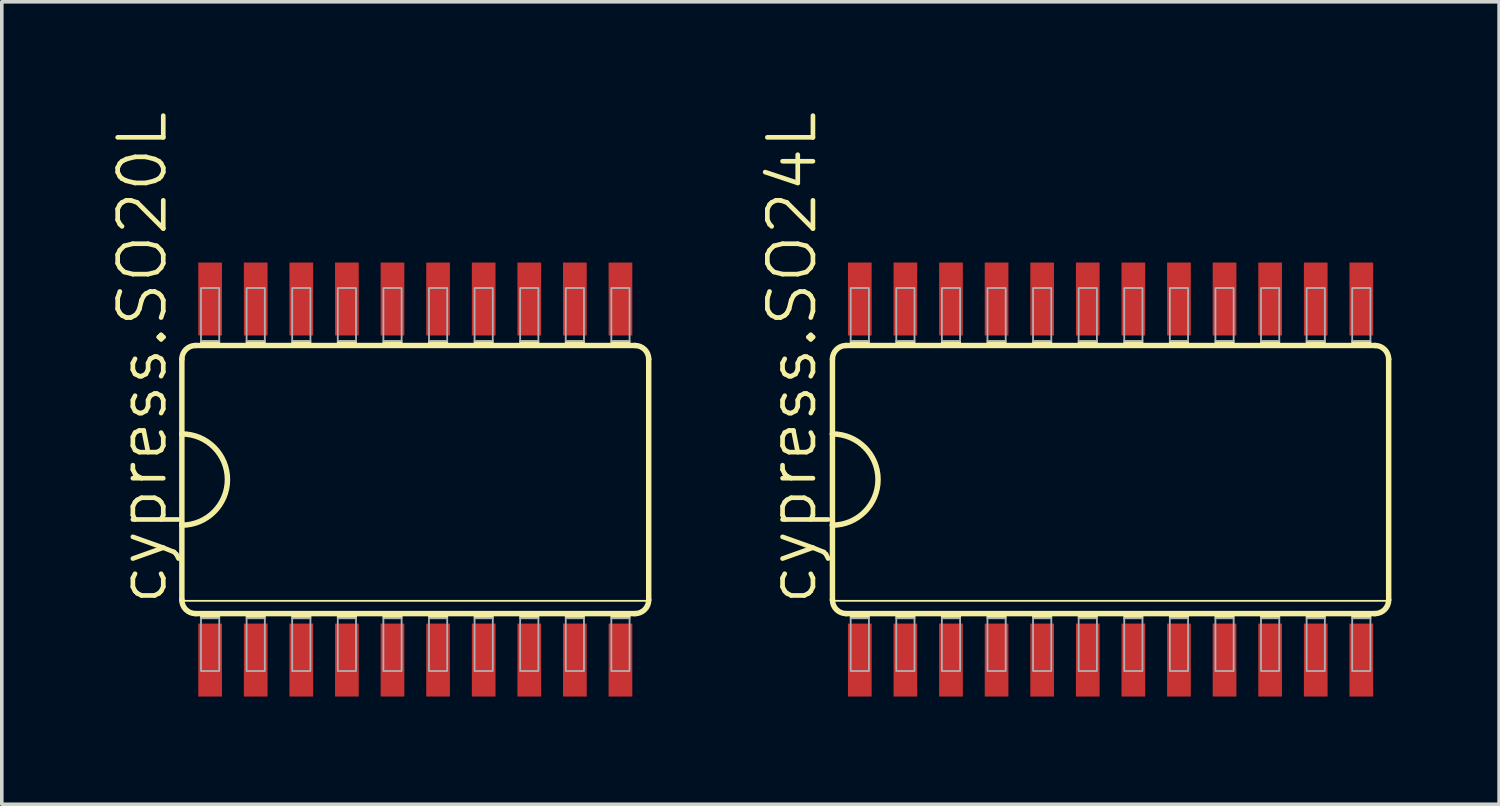
<source format=kicad_pcb>
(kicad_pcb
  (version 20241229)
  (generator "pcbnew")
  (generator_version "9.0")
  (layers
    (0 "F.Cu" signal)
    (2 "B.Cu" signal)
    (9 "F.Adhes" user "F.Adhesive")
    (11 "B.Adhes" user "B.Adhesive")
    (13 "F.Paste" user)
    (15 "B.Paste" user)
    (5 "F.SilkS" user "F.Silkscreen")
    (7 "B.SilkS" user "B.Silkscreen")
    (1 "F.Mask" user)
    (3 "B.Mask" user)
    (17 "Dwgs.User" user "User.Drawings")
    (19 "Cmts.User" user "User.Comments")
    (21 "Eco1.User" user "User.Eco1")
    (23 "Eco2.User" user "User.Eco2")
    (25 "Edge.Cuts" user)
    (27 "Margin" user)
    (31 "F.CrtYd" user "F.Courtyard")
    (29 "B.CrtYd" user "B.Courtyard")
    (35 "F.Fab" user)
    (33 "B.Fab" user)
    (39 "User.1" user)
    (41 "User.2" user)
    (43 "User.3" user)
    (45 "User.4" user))
  (footprint "cypress.SO24L"
    (layer "F.Cu")
    (at 27.885 10.308)
    (property "Reference" "cypress.SO24L" (at -8.128 3.556 90) (layer "F.SilkS") (effects (font (size 1.27 1.27) (thickness 0.13)) (justify left bottom)))
    (attr smd)
    (fp_line (start -7.747 -3.353) (end -7.747 -1.27) (stroke (width 0.152) (type default)) (layer "F.SilkS"))
    (fp_line (start -7.747 -1.27) (end -7.747 1.27) (stroke (width 0.152) (type default)) (layer "F.SilkS"))
    (fp_line (start -7.747 1.27) (end -7.747 3.353) (stroke (width 0.152) (type default)) (layer "F.SilkS"))
    (fp_line (start -7.747 3.378) (end 7.747 3.378) (stroke (width 0.051) (type default)) (layer "F.SilkS"))
    (fp_line (start -7.366 3.734) (end 7.366 3.734) (stroke (width 0.152) (type default)) (layer "F.SilkS"))
    (fp_line (start 7.366 -3.734) (end -7.366 -3.734) (stroke (width 0.152) (type default)) (layer "F.SilkS"))
    (fp_line (start 7.747 3.353) (end 7.747 -3.353) (stroke (width 0.152) (type default)) (layer "F.SilkS"))
    (fp_rect (start -7.239 -3.734) (end -6.731 -3.861) (stroke (width 0.05) (type default)) (fill yes) (layer "F.SilkS"))
    (fp_rect (start -7.239 3.861) (end -6.731 3.734) (stroke (width 0.05) (type default)) (fill yes) (layer "F.SilkS"))
    (fp_rect (start -5.969 -3.734) (end -5.461 -3.861) (stroke (width 0.05) (type default)) (fill yes) (layer "F.SilkS"))
    (fp_rect (start -5.969 3.861) (end -5.461 3.734) (stroke (width 0.05) (type default)) (fill yes) (layer "F.SilkS"))
    (fp_rect (start -4.699 -3.734) (end -4.191 -3.861) (stroke (width 0.05) (type default)) (fill yes) (layer "F.SilkS"))
    (fp_rect (start -4.699 3.861) (end -4.191 3.734) (stroke (width 0.05) (type default)) (fill yes) (layer "F.SilkS"))
    (fp_rect (start -3.429 -3.734) (end -2.921 -3.861) (stroke (width 0.05) (type default)) (fill yes) (layer "F.SilkS"))
    (fp_rect (start -3.429 3.861) (end -2.921 3.734) (stroke (width 0.05) (type default)) (fill yes) (layer "F.SilkS"))
    (fp_rect (start -2.159 -3.734) (end -1.651 -3.861) (stroke (width 0.05) (type default)) (fill yes) (layer "F.SilkS"))
    (fp_rect (start -2.159 3.861) (end -1.651 3.734) (stroke (width 0.05) (type default)) (fill yes) (layer "F.SilkS"))
    (fp_rect (start -0.889 -3.734) (end -0.381 -3.861) (stroke (width 0.05) (type default)) (fill yes) (layer "F.SilkS"))
    (fp_rect (start -0.889 3.861) (end -0.381 3.734) (stroke (width 0.05) (type default)) (fill yes) (layer "F.SilkS"))
    (fp_rect (start 0.381 -3.734) (end 0.889 -3.861) (stroke (width 0.05) (type default)) (fill yes) (layer "F.SilkS"))
    (fp_rect (start 0.381 3.861) (end 0.889 3.734) (stroke (width 0.05) (type default)) (fill yes) (layer "F.SilkS"))
    (fp_rect (start 1.651 -3.734) (end 2.159 -3.861) (stroke (width 0.05) (type default)) (fill yes) (layer "F.SilkS"))
    (fp_rect (start 1.651 3.861) (end 2.159 3.734) (stroke (width 0.05) (type default)) (fill yes) (layer "F.SilkS"))
    (fp_rect (start 2.921 -3.734) (end 3.429 -3.861) (stroke (width 0.05) (type default)) (fill yes) (layer "F.SilkS"))
    (fp_rect (start 2.921 3.861) (end 3.429 3.734) (stroke (width 0.05) (type default)) (fill yes) (layer "F.SilkS"))
    (fp_rect (start 4.191 -3.734) (end 4.699 -3.861) (stroke (width 0.05) (type default)) (fill yes) (layer "F.SilkS"))
    (fp_rect (start 4.191 3.861) (end 4.699 3.734) (stroke (width 0.05) (type default)) (fill yes) (layer "F.SilkS"))
    (fp_rect (start 5.461 -3.734) (end 5.969 -3.861) (stroke (width 0.05) (type default)) (fill yes) (layer "F.SilkS"))
    (fp_rect (start 5.461 3.861) (end 5.969 3.734) (stroke (width 0.05) (type default)) (fill yes) (layer "F.SilkS"))
    (fp_rect (start 6.731 -3.734) (end 7.239 -3.861) (stroke (width 0.05) (type default)) (fill yes) (layer "F.SilkS"))
    (fp_rect (start 6.731 3.861) (end 7.239 3.734) (stroke (width 0.05) (type default)) (fill yes) (layer "F.SilkS"))
    (fp_arc (start -7.747 -3.3528) (mid -7.635408 -3.622208) (end -7.366 -3.7338) (stroke (width 0.1524) (type default)) (layer "F.SilkS"))
    (fp_arc (start -7.747 -1.27) (mid -6.477 0) (end -7.747 1.27) (stroke (width 0.1524) (type default)) (layer "F.SilkS"))
    (fp_arc (start -7.366 3.7338) (mid -7.635408 3.622208) (end -7.747 3.3528) (stroke (width 0.1524) (type default)) (layer "F.SilkS"))
    (fp_arc (start 7.366 -3.7338) (mid 7.635408 -3.622208) (end 7.747 -3.3528) (stroke (width 0.1524) (type default)) (layer "F.SilkS"))
    (fp_arc (start 7.747 3.3528) (mid 7.635408 3.622208) (end 7.366 3.7338) (stroke (width 0.1524) (type default)) (layer "F.SilkS"))
    (fp_rect (start -7.239 -3.861) (end -6.731 -5.334) (stroke (width 0.05) (type default)) (fill no) (layer "F.Fab"))
    (fp_rect (start -7.239 5.334) (end -6.731 3.861) (stroke (width 0.05) (type default)) (fill no) (layer "F.Fab"))
    (fp_rect (start -5.969 -3.861) (end -5.461 -5.334) (stroke (width 0.05) (type default)) (fill no) (layer "F.Fab"))
    (fp_rect (start -5.969 5.334) (end -5.461 3.861) (stroke (width 0.05) (type default)) (fill no) (layer "F.Fab"))
    (fp_rect (start -4.699 -3.861) (end -4.191 -5.334) (stroke (width 0.05) (type default)) (fill no) (layer "F.Fab"))
    (fp_rect (start -4.699 5.334) (end -4.191 3.861) (stroke (width 0.05) (type default)) (fill no) (layer "F.Fab"))
    (fp_rect (start -3.429 -3.861) (end -2.921 -5.334) (stroke (width 0.05) (type default)) (fill no) (layer "F.Fab"))
    (fp_rect (start -3.429 5.334) (end -2.921 3.861) (stroke (width 0.05) (type default)) (fill no) (layer "F.Fab"))
    (fp_rect (start -2.159 -3.861) (end -1.651 -5.334) (stroke (width 0.05) (type default)) (fill no) (layer "F.Fab"))
    (fp_rect (start -2.159 5.334) (end -1.651 3.861) (stroke (width 0.05) (type default)) (fill no) (layer "F.Fab"))
    (fp_rect (start -0.889 -3.861) (end -0.381 -5.334) (stroke (width 0.05) (type default)) (fill no) (layer "F.Fab"))
    (fp_rect (start -0.889 5.334) (end -0.381 3.861) (stroke (width 0.05) (type default)) (fill no) (layer "F.Fab"))
    (fp_rect (start 0.381 -3.861) (end 0.889 -5.334) (stroke (width 0.05) (type default)) (fill no) (layer "F.Fab"))
    (fp_rect (start 0.381 5.334) (end 0.889 3.861) (stroke (width 0.05) (type default)) (fill no) (layer "F.Fab"))
    (fp_rect (start 1.651 -3.861) (end 2.159 -5.334) (stroke (width 0.05) (type default)) (fill no) (layer "F.Fab"))
    (fp_rect (start 1.651 5.334) (end 2.159 3.861) (stroke (width 0.05) (type default)) (fill no) (layer "F.Fab"))
    (fp_rect (start 2.921 -3.861) (end 3.429 -5.334) (stroke (width 0.05) (type default)) (fill no) (layer "F.Fab"))
    (fp_rect (start 2.921 5.334) (end 3.429 3.861) (stroke (width 0.05) (type default)) (fill no) (layer "F.Fab"))
    (fp_rect (start 4.191 -3.861) (end 4.699 -5.334) (stroke (width 0.05) (type default)) (fill no) (layer "F.Fab"))
    (fp_rect (start 4.191 5.334) (end 4.699 3.861) (stroke (width 0.05) (type default)) (fill no) (layer "F.Fab"))
    (fp_rect (start 5.461 -3.861) (end 5.969 -5.334) (stroke (width 0.05) (type default)) (fill no) (layer "F.Fab"))
    (fp_rect (start 5.461 5.334) (end 5.969 3.861) (stroke (width 0.05) (type default)) (fill no) (layer "F.Fab"))
    (fp_rect (start 6.731 -3.861) (end 7.239 -5.334) (stroke (width 0.05) (type default)) (fill no) (layer "F.Fab"))
    (fp_rect (start 6.731 5.334) (end 7.239 3.861) (stroke (width 0.05) (type default)) (fill no) (layer "F.Fab"))
    (pad "1" smd roundrect (at -6.985 5.029) (size 0.66 2.032) (layers "F.Cu" "F.Mask" "F.Paste") (roundrect_rratio 0.01))
    (pad "2" smd roundrect (at -5.715 5.029) (size 0.66 2.032) (layers "F.Cu" "F.Mask" "F.Paste") (roundrect_rratio 0.01))
    (pad "3" smd roundrect (at -4.445 5.029) (size 0.66 2.032) (layers "F.Cu" "F.Mask" "F.Paste") (roundrect_rratio 0.01))
    (pad "4" smd roundrect (at -3.175 5.029) (size 0.66 2.032) (layers "F.Cu" "F.Mask" "F.Paste") (roundrect_rratio 0.01))
    (pad "5" smd roundrect (at -1.905 5.029) (size 0.66 2.032) (layers "F.Cu" "F.Mask" "F.Paste") (roundrect_rratio 0.01))
    (pad "6" smd roundrect (at -0.635 5.029) (size 0.66 2.032) (layers "F.Cu" "F.Mask" "F.Paste") (roundrect_rratio 0.01))
    (pad "7" smd roundrect (at 0.635 5.029) (size 0.66 2.032) (layers "F.Cu" "F.Mask" "F.Paste") (roundrect_rratio 0.01))
    (pad "8" smd roundrect (at 1.905 5.029) (size 0.66 2.032) (layers "F.Cu" "F.Mask" "F.Paste") (roundrect_rratio 0.01))
    (pad "9" smd roundrect (at 3.175 5.029) (size 0.66 2.032) (layers "F.Cu" "F.Mask" "F.Paste") (roundrect_rratio 0.01))
    (pad "10" smd roundrect (at 4.445 5.029) (size 0.66 2.032) (layers "F.Cu" "F.Mask" "F.Paste") (roundrect_rratio 0.01))
    (pad "11" smd roundrect (at 5.715 5.029) (size 0.66 2.032) (layers "F.Cu" "F.Mask" "F.Paste") (roundrect_rratio 0.01))
    (pad "12" smd roundrect (at 6.985 5.029) (size 0.66 2.032) (layers "F.Cu" "F.Mask" "F.Paste") (roundrect_rratio 0.01))
    (pad "13" smd roundrect (at 6.985 -5.029) (size 0.66 2.032) (layers "F.Cu" "F.Mask" "F.Paste") (roundrect_rratio 0.01))
    (pad "14" smd roundrect (at 5.715 -5.029) (size 0.66 2.032) (layers "F.Cu" "F.Mask" "F.Paste") (roundrect_rratio 0.01))
    (pad "15" smd roundrect (at 4.445 -5.029) (size 0.66 2.032) (layers "F.Cu" "F.Mask" "F.Paste") (roundrect_rratio 0.01))
    (pad "16" smd roundrect (at 3.175 -5.029) (size 0.66 2.032) (layers "F.Cu" "F.Mask" "F.Paste") (roundrect_rratio 0.01))
    (pad "17" smd roundrect (at 1.905 -5.029) (size 0.66 2.032) (layers "F.Cu" "F.Mask" "F.Paste") (roundrect_rratio 0.01))
    (pad "18" smd roundrect (at 0.635 -5.029) (size 0.66 2.032) (layers "F.Cu" "F.Mask" "F.Paste") (roundrect_rratio 0.01))
    (pad "19" smd roundrect (at -0.635 -5.029) (size 0.66 2.032) (layers "F.Cu" "F.Mask" "F.Paste") (roundrect_rratio 0.01))
    (pad "20" smd roundrect (at -1.905 -5.029) (size 0.66 2.032) (layers "F.Cu" "F.Mask" "F.Paste") (roundrect_rratio 0.01))
    (pad "21" smd roundrect (at -3.175 -5.029) (size 0.66 2.032) (layers "F.Cu" "F.Mask" "F.Paste") (roundrect_rratio 0.01))
    (pad "22" smd roundrect (at -4.445 -5.029) (size 0.66 2.032) (layers "F.Cu" "F.Mask" "F.Paste") (roundrect_rratio 0.01))
    (pad "23" smd roundrect (at -5.715 -5.029) (size 0.66 2.032) (layers "F.Cu" "F.Mask" "F.Paste") (roundrect_rratio 0.01))
    (pad "24" smd roundrect (at -6.985 -5.029) (size 0.66 2.032) (layers "F.Cu" "F.Mask" "F.Paste") (roundrect_rratio 0.01)))
  (footprint "cypress.SO20L"
    (layer "F.Cu")
    (at 8.518 10.308)
    (property "Reference" "cypress.SO20L" (at -6.858 3.556 90) (layer "F.SilkS") (effects (font (size 1.27 1.27) (thickness 0.13)) (justify left bottom)))
    (attr smd)
    (fp_line (start -6.502 -3.353) (end -6.502 -1.27) (stroke (width 0.152) (type default)) (layer "F.SilkS"))
    (fp_line (start -6.502 -1.27) (end -6.502 1.27) (stroke (width 0.152) (type default)) (layer "F.SilkS"))
    (fp_line (start -6.502 1.27) (end -6.502 3.353) (stroke (width 0.152) (type default)) (layer "F.SilkS"))
    (fp_line (start -6.477 3.378) (end 6.477 3.378) (stroke (width 0.051) (type default)) (layer "F.SilkS"))
    (fp_line (start -6.121 3.734) (end 6.121 3.734) (stroke (width 0.152) (type default)) (layer "F.SilkS"))
    (fp_line (start 6.121 -3.734) (end -6.121 -3.734) (stroke (width 0.152) (type default)) (layer "F.SilkS"))
    (fp_line (start 6.502 3.353) (end 6.502 -3.353) (stroke (width 0.152) (type default)) (layer "F.SilkS"))
    (fp_rect (start -5.969 -3.734) (end -5.461 -3.861) (stroke (width 0.05) (type default)) (fill yes) (layer "F.SilkS"))
    (fp_rect (start -5.969 3.861) (end -5.461 3.734) (stroke (width 0.05) (type default)) (fill yes) (layer "F.SilkS"))
    (fp_rect (start -4.699 -3.734) (end -4.191 -3.861) (stroke (width 0.05) (type default)) (fill yes) (layer "F.SilkS"))
    (fp_rect (start -4.699 3.861) (end -4.191 3.734) (stroke (width 0.05) (type default)) (fill yes) (layer "F.SilkS"))
    (fp_rect (start -3.429 -3.734) (end -2.921 -3.861) (stroke (width 0.05) (type default)) (fill yes) (layer "F.SilkS"))
    (fp_rect (start -3.429 3.861) (end -2.921 3.734) (stroke (width 0.05) (type default)) (fill yes) (layer "F.SilkS"))
    (fp_rect (start -2.159 -3.734) (end -1.651 -3.861) (stroke (width 0.05) (type default)) (fill yes) (layer "F.SilkS"))
    (fp_rect (start -2.159 3.861) (end -1.651 3.734) (stroke (width 0.05) (type default)) (fill yes) (layer "F.SilkS"))
    (fp_rect (start -0.889 -3.734) (end -0.381 -3.861) (stroke (width 0.05) (type default)) (fill yes) (layer "F.SilkS"))
    (fp_rect (start -0.889 3.861) (end -0.381 3.734) (stroke (width 0.05) (type default)) (fill yes) (layer "F.SilkS"))
    (fp_rect (start 0.381 -3.734) (end 0.889 -3.861) (stroke (width 0.05) (type default)) (fill yes) (layer "F.SilkS"))
    (fp_rect (start 0.381 3.861) (end 0.889 3.734) (stroke (width 0.05) (type default)) (fill yes) (layer "F.SilkS"))
    (fp_rect (start 1.651 -3.734) (end 2.159 -3.861) (stroke (width 0.05) (type default)) (fill yes) (layer "F.SilkS"))
    (fp_rect (start 1.651 3.861) (end 2.159 3.734) (stroke (width 0.05) (type default)) (fill yes) (layer "F.SilkS"))
    (fp_rect (start 2.921 -3.734) (end 3.429 -3.861) (stroke (width 0.05) (type default)) (fill yes) (layer "F.SilkS"))
    (fp_rect (start 2.921 3.861) (end 3.429 3.734) (stroke (width 0.05) (type default)) (fill yes) (layer "F.SilkS"))
    (fp_rect (start 4.191 -3.734) (end 4.699 -3.861) (stroke (width 0.05) (type default)) (fill yes) (layer "F.SilkS"))
    (fp_rect (start 4.191 3.861) (end 4.699 3.734) (stroke (width 0.05) (type default)) (fill yes) (layer "F.SilkS"))
    (fp_rect (start 5.461 -3.734) (end 5.969 -3.861) (stroke (width 0.05) (type default)) (fill yes) (layer "F.SilkS"))
    (fp_rect (start 5.461 3.861) (end 5.969 3.734) (stroke (width 0.05) (type default)) (fill yes) (layer "F.SilkS"))
    (fp_arc (start -6.5024 -3.3528) (mid -6.390808 -3.622208) (end -6.1214 -3.7338) (stroke (width 0.1524) (type default)) (layer "F.SilkS"))
    (fp_arc (start -6.5024 -1.27) (mid -5.2324 0) (end -6.5024 1.27) (stroke (width 0.1524) (type default)) (layer "F.SilkS"))
    (fp_arc (start -6.1214 3.7338) (mid -6.390808 3.622208) (end -6.5024 3.3528) (stroke (width 0.1524) (type default)) (layer "F.SilkS"))
    (fp_arc (start 6.1214 -3.7338) (mid 6.390808 -3.622208) (end 6.5024 -3.3528) (stroke (width 0.1524) (type default)) (layer "F.SilkS"))
    (fp_arc (start 6.5024 3.3528) (mid 6.390808 3.622208) (end 6.1214 3.7338) (stroke (width 0.1524) (type default)) (layer "F.SilkS"))
    (fp_rect (start -5.969 -3.861) (end -5.461 -5.334) (stroke (width 0.05) (type default)) (fill no) (layer "F.Fab"))
    (fp_rect (start -5.969 5.334) (end -5.461 3.861) (stroke (width 0.05) (type default)) (fill no) (layer "F.Fab"))
    (fp_rect (start -4.699 -3.861) (end -4.191 -5.334) (stroke (width 0.05) (type default)) (fill no) (layer "F.Fab"))
    (fp_rect (start -4.699 5.334) (end -4.191 3.861) (stroke (width 0.05) (type default)) (fill no) (layer "F.Fab"))
    (fp_rect (start -3.429 -3.861) (end -2.921 -5.334) (stroke (width 0.05) (type default)) (fill no) (layer "F.Fab"))
    (fp_rect (start -3.429 5.334) (end -2.921 3.861) (stroke (width 0.05) (type default)) (fill no) (layer "F.Fab"))
    (fp_rect (start -2.159 -3.861) (end -1.651 -5.334) (stroke (width 0.05) (type default)) (fill no) (layer "F.Fab"))
    (fp_rect (start -2.159 5.334) (end -1.651 3.861) (stroke (width 0.05) (type default)) (fill no) (layer "F.Fab"))
    (fp_rect (start -0.889 -3.861) (end -0.381 -5.334) (stroke (width 0.05) (type default)) (fill no) (layer "F.Fab"))
    (fp_rect (start -0.889 5.334) (end -0.381 3.861) (stroke (width 0.05) (type default)) (fill no) (layer "F.Fab"))
    (fp_rect (start 0.381 -3.861) (end 0.889 -5.334) (stroke (width 0.05) (type default)) (fill no) (layer "F.Fab"))
    (fp_rect (start 0.381 5.334) (end 0.889 3.861) (stroke (width 0.05) (type default)) (fill no) (layer "F.Fab"))
    (fp_rect (start 1.651 -3.861) (end 2.159 -5.334) (stroke (width 0.05) (type default)) (fill no) (layer "F.Fab"))
    (fp_rect (start 1.651 5.334) (end 2.159 3.861) (stroke (width 0.05) (type default)) (fill no) (layer "F.Fab"))
    (fp_rect (start 2.921 -3.861) (end 3.429 -5.334) (stroke (width 0.05) (type default)) (fill no) (layer "F.Fab"))
    (fp_rect (start 2.921 5.334) (end 3.429 3.861) (stroke (width 0.05) (type default)) (fill no) (layer "F.Fab"))
    (fp_rect (start 4.191 -3.861) (end 4.699 -5.334) (stroke (width 0.05) (type default)) (fill no) (layer "F.Fab"))
    (fp_rect (start 4.191 5.334) (end 4.699 3.861) (stroke (width 0.05) (type default)) (fill no) (layer "F.Fab"))
    (fp_rect (start 5.461 -3.861) (end 5.969 -5.334) (stroke (width 0.05) (type default)) (fill no) (layer "F.Fab"))
    (fp_rect (start 5.461 5.334) (end 5.969 3.861) (stroke (width 0.05) (type default)) (fill no) (layer "F.Fab"))
    (pad "1" smd roundrect (at -5.715 5.029) (size 0.66 2.032) (layers "F.Cu" "F.Mask" "F.Paste") (roundrect_rratio 0.01))
    (pad "2" smd roundrect (at -4.445 5.029) (size 0.66 2.032) (layers "F.Cu" "F.Mask" "F.Paste") (roundrect_rratio 0.01))
    (pad "3" smd roundrect (at -3.175 5.029) (size 0.66 2.032) (layers "F.Cu" "F.Mask" "F.Paste") (roundrect_rratio 0.01))
    (pad "4" smd roundrect (at -1.905 5.029) (size 0.66 2.032) (layers "F.Cu" "F.Mask" "F.Paste") (roundrect_rratio 0.01))
    (pad "5" smd roundrect (at -0.635 5.029) (size 0.66 2.032) (layers "F.Cu" "F.Mask" "F.Paste") (roundrect_rratio 0.01))
    (pad "6" smd roundrect (at 0.635 5.029) (size 0.66 2.032) (layers "F.Cu" "F.Mask" "F.Paste") (roundrect_rratio 0.01))
    (pad "7" smd roundrect (at 1.905 5.029) (size 0.66 2.032) (layers "F.Cu" "F.Mask" "F.Paste") (roundrect_rratio 0.01))
    (pad "8" smd roundrect (at 3.175 5.029) (size 0.66 2.032) (layers "F.Cu" "F.Mask" "F.Paste") (roundrect_rratio 0.01))
    (pad "9" smd roundrect (at 4.445 5.029) (size 0.66 2.032) (layers "F.Cu" "F.Mask" "F.Paste") (roundrect_rratio 0.01))
    (pad "10" smd roundrect (at 5.715 5.029) (size 0.66 2.032) (layers "F.Cu" "F.Mask" "F.Paste") (roundrect_rratio 0.01))
    (pad "11" smd roundrect (at 5.715 -5.029) (size 0.66 2.032) (layers "F.Cu" "F.Mask" "F.Paste") (roundrect_rratio 0.01))
    (pad "12" smd roundrect (at 4.445 -5.029) (size 0.66 2.032) (layers "F.Cu" "F.Mask" "F.Paste") (roundrect_rratio 0.01))
    (pad "13" smd roundrect (at 3.175 -5.029) (size 0.66 2.032) (layers "F.Cu" "F.Mask" "F.Paste") (roundrect_rratio 0.01))
    (pad "14" smd roundrect (at 1.905 -5.029) (size 0.66 2.032) (layers "F.Cu" "F.Mask" "F.Paste") (roundrect_rratio 0.01))
    (pad "15" smd roundrect (at 0.635 -5.029) (size 0.66 2.032) (layers "F.Cu" "F.Mask" "F.Paste") (roundrect_rratio 0.01))
    (pad "16" smd roundrect (at -0.635 -5.029) (size 0.66 2.032) (layers "F.Cu" "F.Mask" "F.Paste") (roundrect_rratio 0.01))
    (pad "17" smd roundrect (at -1.905 -5.029) (size 0.66 2.032) (layers "F.Cu" "F.Mask" "F.Paste") (roundrect_rratio 0.01))
    (pad "18" smd roundrect (at -3.175 -5.029) (size 0.66 2.032) (layers "F.Cu" "F.Mask" "F.Paste") (roundrect_rratio 0.01))
    (pad "19" smd roundrect (at -4.445 -5.029) (size 0.66 2.032) (layers "F.Cu" "F.Mask" "F.Paste") (roundrect_rratio 0.01))
    (pad "20" smd roundrect (at -5.715 -5.029) (size 0.66 2.032) (layers "F.Cu" "F.Mask" "F.Paste") (roundrect_rratio 0.01)))
  (gr_rect
    (start -3 -3)
    (end 38.708 19.353)
    (stroke (width 0.1) (type default))
    (fill no)
    (layer "Edge.Cuts")))
</source>
